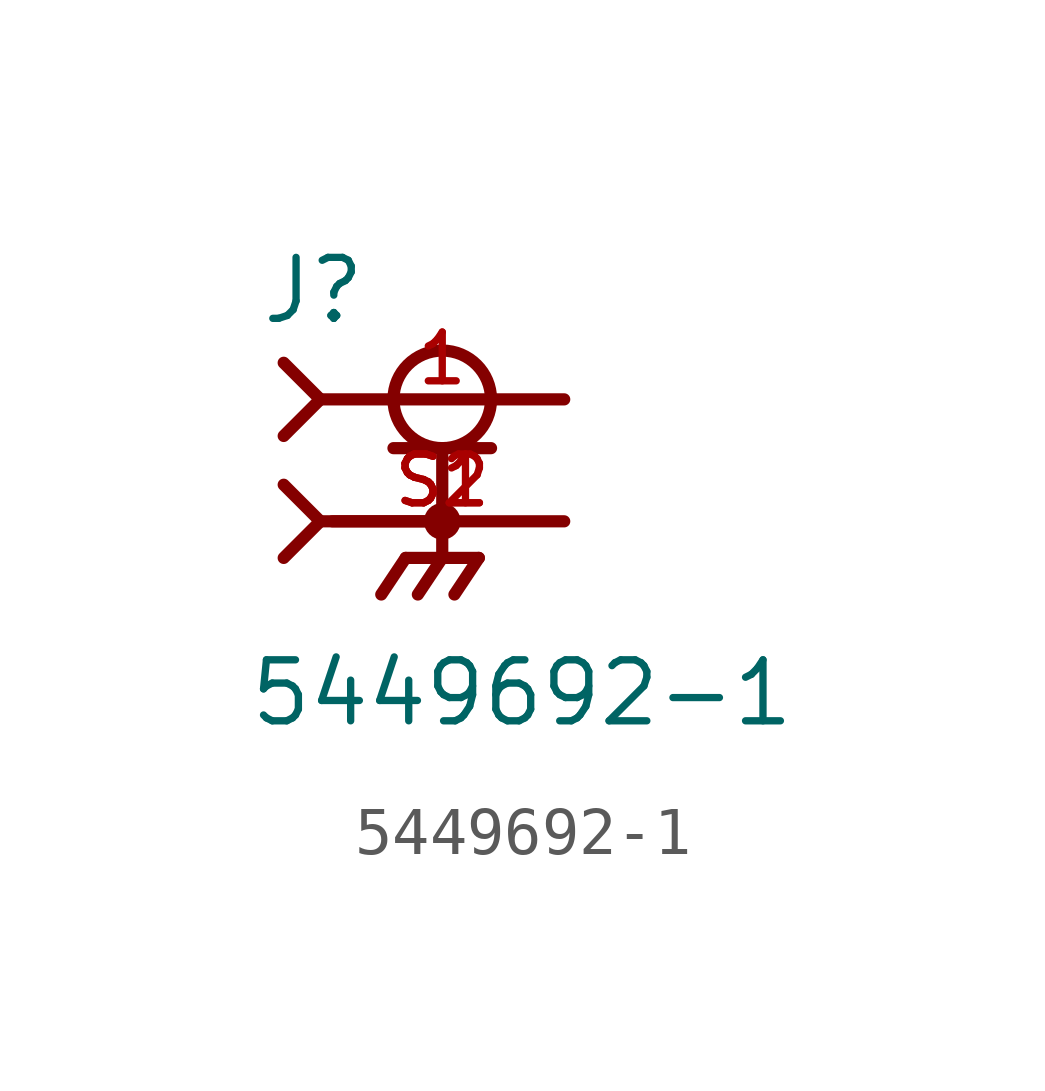
<source format=kicad_sym>
(kicad_symbol_lib
  (version 20211014)
  (generator kicad_symbol_editor)
  (symbol "5449692-1"
    (pin_names
      (offset 1.016))
    (property "Reference" "J"
      (at -3.81 4.064 0)
      (effects (font (size 1.27 1.27)) (justify bottom left)))
    (property "Value" "5449692-1"
      (at -4.064 -4.318 0)
      (effects (font (size 1.27 1.27)) (justify bottom left)))
    (symbol "5449692-1_0_0"
      (circle (center 0.0 2.54) (radius 1.016) (stroke (width 0.254)) (fill (type none)))
      (polyline (pts (xy -1.016 1.524) (xy 0.0 1.524)) (stroke (width 0.254)))
      (polyline (pts (xy 0.0 1.524) (xy 1.016 1.524)) (stroke (width 0.254)))
      (polyline (pts (xy 0.0 0.0) (xy -2.286 0.0)) (stroke (width 0.254)))
      (polyline (pts (xy -3.302 3.302) (xy -2.54 2.54)) (stroke (width 0.254)))
      (polyline (pts (xy -3.302 1.778) (xy -2.54 2.54)) (stroke (width 0.254)))
      (polyline (pts (xy 0.0 1.524) (xy 0.0 0.0)) (stroke (width 0.254)))
      (circle (center 0.0 0.0) (radius 0.254) (stroke (width 0.254)) (fill (type none)))
      (polyline (pts (xy -2.54 2.54) (xy 2.54 2.54)) (stroke (width 0.254)))
      (polyline (pts (xy 2.54 0.0) (xy 0.0 0.0)) (stroke (width 0.254)))
      (polyline (pts (xy 0.0 0.0) (xy 0.0 -0.762)) (stroke (width 0.254)))
      (polyline (pts (xy 0.0 -0.762) (xy -0.762 -0.762)) (stroke (width 0.254)))
      (polyline (pts (xy 0.0 -0.762) (xy 0.762 -0.762)) (stroke (width 0.254)))
      (polyline (pts (xy -0.762 -0.762) (xy -1.27 -1.524)) (stroke (width 0.254)))
      (polyline (pts (xy 0.0 -0.762) (xy -0.508 -1.524)) (stroke (width 0.254)))
      (polyline (pts (xy 0.762 -0.762) (xy 0.254 -1.524)) (stroke (width 0.254)))
      (polyline (pts (xy -3.302 0.762) (xy -2.54 0.0)) (stroke (width 0.254)))
      (polyline (pts (xy -3.302 -0.762) (xy -2.54 0.0)) (stroke (width 0.254)))
      (polyline (pts (xy -2.54 0.0) (xy 0.0 0.0)) (stroke (width 0.254)))
      (pin passive line (at 2.54 2.54 180.0) (length 5.08) (name "~" (effects (font (size 1.016 1.016)))) (number "1" (effects (font (size 1.016 1.016)))))
      (pin passive line (at 2.54 0.0 180.0) (length 5.08) (name "~" (effects (font (size 1.016 1.016)))) (number "S1" (effects (font (size 1.016 1.016)))))
      (pin passive line (at 2.54 0.0 180.0) (length 5.08) (name "~" (effects (font (size 1.016 1.016)))) (number "S2" (effects (font (size 1.016 1.016))))))))
</source>
